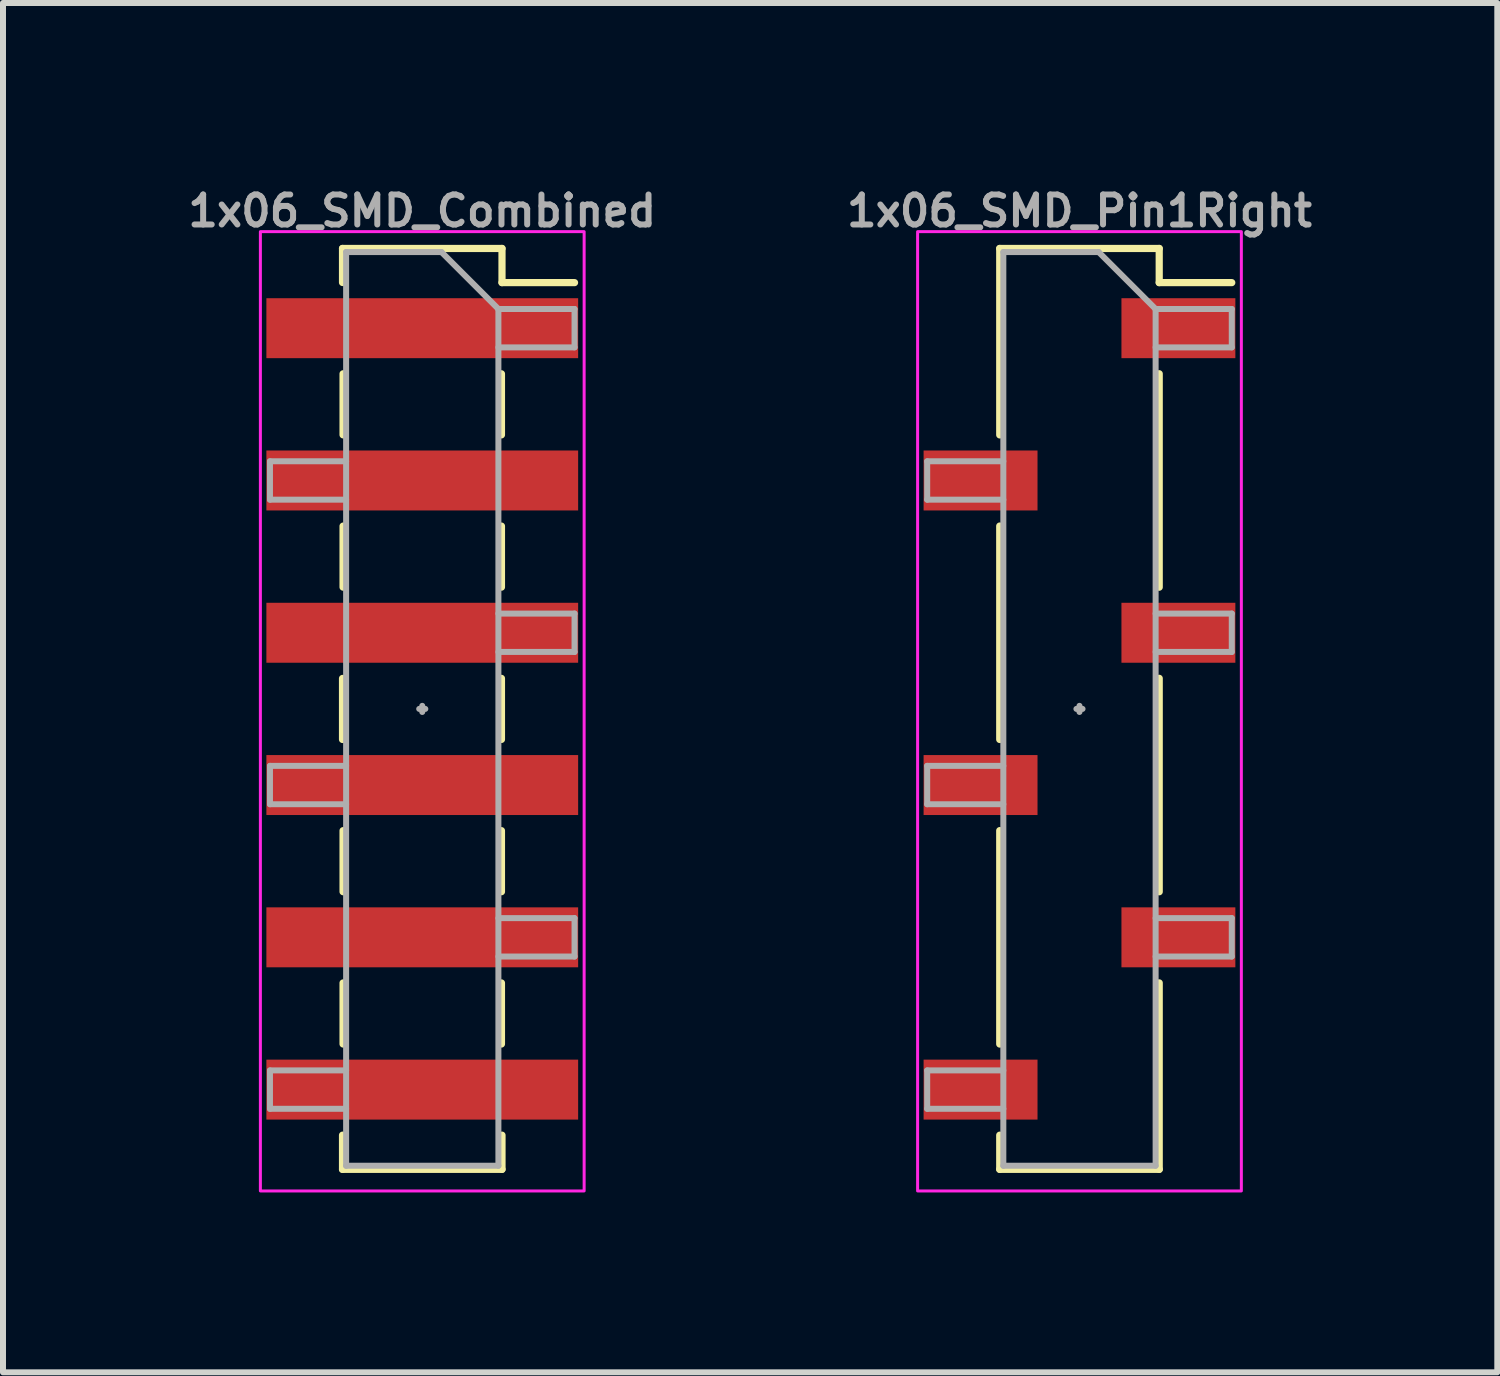
<source format=kicad_pcb>
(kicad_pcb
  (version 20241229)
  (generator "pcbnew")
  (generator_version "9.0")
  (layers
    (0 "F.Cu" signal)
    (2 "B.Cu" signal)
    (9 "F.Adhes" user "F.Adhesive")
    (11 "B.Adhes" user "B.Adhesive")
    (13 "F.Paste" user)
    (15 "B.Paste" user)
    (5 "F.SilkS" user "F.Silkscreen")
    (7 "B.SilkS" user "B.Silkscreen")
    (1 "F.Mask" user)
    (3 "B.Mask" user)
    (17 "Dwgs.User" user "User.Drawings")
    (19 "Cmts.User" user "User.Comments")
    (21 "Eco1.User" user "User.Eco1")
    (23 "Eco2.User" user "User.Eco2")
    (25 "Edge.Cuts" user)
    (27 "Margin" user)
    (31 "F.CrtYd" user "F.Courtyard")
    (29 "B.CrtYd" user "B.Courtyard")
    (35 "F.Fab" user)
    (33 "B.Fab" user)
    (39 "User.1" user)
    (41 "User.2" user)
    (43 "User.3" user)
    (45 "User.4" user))
  (footprint "1x06_SMD_Pin1Right"
    (layer "F.Cu")
    (at 14.955 8.774)
    (property "Reference" "1x06_SMD_Pin1Right" (at 0 -8.306 0) (layer "F.Fab") (effects (font (size 0.5 0.5) (thickness 0.1))))
    (attr smd)
    (fp_line (start -1.33 -7.68) (end -1.33 -4.57) (stroke (width 0.12) (type solid)) (layer "F.SilkS"))
    (fp_line (start -1.33 -7.68) (end 1.33 -7.68) (stroke (width 0.12) (type solid)) (layer "F.SilkS"))
    (fp_line (start -1.33 -3.05) (end -1.33 0.51) (stroke (width 0.12) (type solid)) (layer "F.SilkS"))
    (fp_line (start -1.33 2.03) (end -1.33 5.59) (stroke (width 0.12) (type solid)) (layer "F.SilkS"))
    (fp_line (start -1.33 7.11) (end -1.33 7.68) (stroke (width 0.12) (type solid)) (layer "F.SilkS"))
    (fp_line (start -1.33 7.68) (end 1.33 7.68) (stroke (width 0.12) (type solid)) (layer "F.SilkS"))
    (fp_line (start 1.33 -7.68) (end 1.33 -7.11) (stroke (width 0.12) (type solid)) (layer "F.SilkS"))
    (fp_line (start 1.33 -7.11) (end 2.54 -7.11) (stroke (width 0.12) (type solid)) (layer "F.SilkS"))
    (fp_line (start 1.33 -5.59) (end 1.33 -2.03) (stroke (width 0.12) (type solid)) (layer "F.SilkS"))
    (fp_line (start 1.33 -0.51) (end 1.33 3.05) (stroke (width 0.12) (type solid)) (layer "F.SilkS"))
    (fp_line (start 1.33 4.57) (end 1.33 7.68) (stroke (width 0.12) (type solid)) (layer "F.SilkS"))
    (fp_rect (start -2.7 -7.96) (end 2.7 8.04) (stroke (width 0.05) (type default)) (fill no) (layer "F.CrtYd"))
    (fp_line (start -2.54 -4.13) (end -2.54 -3.49) (stroke (width 0.1) (type solid)) (layer "F.Fab"))
    (fp_line (start -2.54 -3.49) (end -1.27 -3.49) (stroke (width 0.1) (type solid)) (layer "F.Fab"))
    (fp_line (start -2.54 0.95) (end -2.54 1.59) (stroke (width 0.1) (type solid)) (layer "F.Fab"))
    (fp_line (start -2.54 1.59) (end -1.27 1.59) (stroke (width 0.1) (type solid)) (layer "F.Fab"))
    (fp_line (start -2.54 6.03) (end -2.54 6.67) (stroke (width 0.1) (type solid)) (layer "F.Fab"))
    (fp_line (start -2.54 6.67) (end -1.27 6.67) (stroke (width 0.1) (type solid)) (layer "F.Fab"))
    (fp_line (start -1.27 -7.62) (end -1.27 7.62) (stroke (width 0.1) (type solid)) (layer "F.Fab"))
    (fp_line (start -1.27 -7.62) (end 0.32 -7.62) (stroke (width 0.1) (type solid)) (layer "F.Fab"))
    (fp_line (start -1.27 -4.13) (end -2.54 -4.13) (stroke (width 0.1) (type solid)) (layer "F.Fab"))
    (fp_line (start -1.27 0.95) (end -2.54 0.95) (stroke (width 0.1) (type solid)) (layer "F.Fab"))
    (fp_line (start -1.27 6.03) (end -2.54 6.03) (stroke (width 0.1) (type solid)) (layer "F.Fab"))
    (fp_line (start 0 -0.051) (end 0 0.051) (stroke (width 0.1) (type default)) (layer "F.Fab"))
    (fp_line (start 0.051 0) (end -0.051 0) (stroke (width 0.1) (type default)) (layer "F.Fab"))
    (fp_line (start 1.27 -6.67) (end 0.32 -7.62) (stroke (width 0.1) (type solid)) (layer "F.Fab"))
    (fp_line (start 1.27 -6.67) (end 2.54 -6.67) (stroke (width 0.1) (type solid)) (layer "F.Fab"))
    (fp_line (start 1.27 -1.59) (end 2.54 -1.59) (stroke (width 0.1) (type solid)) (layer "F.Fab"))
    (fp_line (start 1.27 3.49) (end 2.54 3.49) (stroke (width 0.1) (type solid)) (layer "F.Fab"))
    (fp_line (start 1.27 7.62) (end -1.27 7.62) (stroke (width 0.1) (type solid)) (layer "F.Fab"))
    (fp_line (start 1.27 7.62) (end 1.27 -6.67) (stroke (width 0.1) (type solid)) (layer "F.Fab"))
    (fp_line (start 2.54 -6.67) (end 2.54 -6.03) (stroke (width 0.1) (type solid)) (layer "F.Fab"))
    (fp_line (start 2.54 -6.03) (end 1.27 -6.03) (stroke (width 0.1) (type solid)) (layer "F.Fab"))
    (fp_line (start 2.54 -1.59) (end 2.54 -0.95) (stroke (width 0.1) (type solid)) (layer "F.Fab"))
    (fp_line (start 2.54 -0.95) (end 1.27 -0.95) (stroke (width 0.1) (type solid)) (layer "F.Fab"))
    (fp_line (start 2.54 3.49) (end 2.54 4.13) (stroke (width 0.1) (type solid)) (layer "F.Fab"))
    (fp_line (start 2.54 4.13) (end 1.27 4.13) (stroke (width 0.1) (type solid)) (layer "F.Fab"))
    (pad "1" smd rect (at 1.65 -6.35) (size 1.9 1) (layers "F.Cu" "F.Mask" "F.Paste"))
    (pad "2" smd rect (at -1.65 -3.81) (size 1.9 1) (layers "F.Cu" "F.Mask" "F.Paste"))
    (pad "3" smd rect (at 1.65 -1.27) (size 1.9 1) (layers "F.Cu" "F.Mask" "F.Paste"))
    (pad "4" smd rect (at -1.65 1.27) (size 1.9 1) (layers "F.Cu" "F.Mask" "F.Paste"))
    (pad "5" smd rect (at 1.65 3.81) (size 1.9 1) (layers "F.Cu" "F.Mask" "F.Paste"))
    (pad "6" smd rect (at -1.65 6.35) (size 1.9 1) (layers "F.Cu" "F.Mask" "F.Paste")))
  (footprint "1x06_SMD_Combined"
    (layer "F.Cu")
    (at 3.993 8.774)
    (property "Reference" "1x06_SMD_Combined" (at 0 -8.306 0) (layer "F.Fab") (effects (font (size 0.5 0.5) (thickness 0.1))))
    (attr smd)
    (fp_rect (start -2.6 -6.85) (end -0.6 -5.85) (stroke (width 0) (type solid)) (fill yes) (layer "F.Mask"))
    (fp_rect (start -2.6 -4.31) (end -0.6 -3.31) (stroke (width 0) (type solid)) (fill yes) (layer "F.Mask"))
    (fp_rect (start -2.6 -1.77) (end -0.6 -0.77) (stroke (width 0) (type solid)) (fill yes) (layer "F.Mask"))
    (fp_rect (start -2.6 0.77) (end -0.6 1.77) (stroke (width 0) (type solid)) (fill yes) (layer "F.Mask"))
    (fp_rect (start -2.6 3.31) (end -0.6 4.31) (stroke (width 0) (type solid)) (fill yes) (layer "F.Mask"))
    (fp_rect (start -2.6 5.85) (end -0.6 6.85) (stroke (width 0) (type solid)) (fill yes) (layer "F.Mask"))
    (fp_rect (start 0.6 -6.85) (end 2.6 -5.85) (stroke (width 0) (type solid)) (fill yes) (layer "F.Mask"))
    (fp_rect (start 0.6 -4.31) (end 2.6 -3.31) (stroke (width 0) (type solid)) (fill yes) (layer "F.Mask"))
    (fp_rect (start 0.6 -1.77) (end 2.6 -0.77) (stroke (width 0) (type solid)) (fill yes) (layer "F.Mask"))
    (fp_rect (start 0.6 0.77) (end 2.6 1.77) (stroke (width 0) (type solid)) (fill yes) (layer "F.Mask"))
    (fp_rect (start 0.6 3.31) (end 2.6 4.31) (stroke (width 0) (type solid)) (fill yes) (layer "F.Mask"))
    (fp_rect (start 0.6 5.85) (end 2.6 6.85) (stroke (width 0) (type solid)) (fill yes) (layer "F.Mask"))
    (fp_line (start -1.33 -7.68) (end -1.33 -7.112) (stroke (width 0.12) (type solid)) (layer "F.SilkS"))
    (fp_line (start -1.33 -7.68) (end 1.33 -7.68) (stroke (width 0.12) (type solid)) (layer "F.SilkS"))
    (fp_line (start -1.33 -0.508) (end -1.33 0.51) (stroke (width 0.12) (type solid)) (layer "F.SilkS"))
    (fp_line (start -1.33 7.11) (end -1.33 7.68) (stroke (width 0.12) (type solid)) (layer "F.SilkS"))
    (fp_line (start -1.33 7.68) (end 1.33 7.68) (stroke (width 0.12) (type solid)) (layer "F.SilkS"))
    (fp_line (start -1.321 -5.589) (end -1.321 -4.571) (stroke (width 0.12) (type solid)) (layer "F.SilkS"))
    (fp_line (start -1.321 -3.049) (end -1.321 -2.031) (stroke (width 0.12) (type solid)) (layer "F.SilkS"))
    (fp_line (start -1.321 2.031) (end -1.321 3.049) (stroke (width 0.12) (type solid)) (layer "F.SilkS"))
    (fp_line (start -1.321 4.571) (end -1.321 5.589) (stroke (width 0.12) (type solid)) (layer "F.SilkS"))
    (fp_line (start 1.321 -5.589) (end 1.321 -4.571) (stroke (width 0.12) (type solid)) (layer "F.SilkS"))
    (fp_line (start 1.321 -3.049) (end 1.321 -2.031) (stroke (width 0.12) (type solid)) (layer "F.SilkS"))
    (fp_line (start 1.321 -0.509) (end 1.321 0.509) (stroke (width 0.12) (type solid)) (layer "F.SilkS"))
    (fp_line (start 1.321 2.031) (end 1.321 3.049) (stroke (width 0.12) (type solid)) (layer "F.SilkS"))
    (fp_line (start 1.321 4.571) (end 1.321 5.589) (stroke (width 0.12) (type solid)) (layer "F.SilkS"))
    (fp_line (start 1.33 -7.68) (end 1.33 -7.11) (stroke (width 0.12) (type solid)) (layer "F.SilkS"))
    (fp_line (start 1.33 -7.11) (end 2.54 -7.11) (stroke (width 0.12) (type solid)) (layer "F.SilkS"))
    (fp_line (start 1.33 7.11) (end 1.33 7.68) (stroke (width 0.12) (type solid)) (layer "F.SilkS"))
    (fp_rect (start -2.6 -6.85) (end -0.6 -5.85) (stroke (width 0) (type solid)) (fill yes) (layer "F.Paste"))
    (fp_rect (start -2.6 -4.31) (end -0.6 -3.31) (stroke (width 0) (type solid)) (fill yes) (layer "F.Paste"))
    (fp_rect (start -2.6 -1.77) (end -0.6 -0.77) (stroke (width 0) (type solid)) (fill yes) (layer "F.Paste"))
    (fp_rect (start -2.6 0.77) (end -0.6 1.77) (stroke (width 0) (type solid)) (fill yes) (layer "F.Paste"))
    (fp_rect (start -2.6 3.31) (end -0.6 4.31) (stroke (width 0) (type solid)) (fill yes) (layer "F.Paste"))
    (fp_rect (start -2.6 5.85) (end -0.6 6.85) (stroke (width 0) (type solid)) (fill yes) (layer "F.Paste"))
    (fp_rect (start 0.6 -6.85) (end 2.6 -5.85) (stroke (width 0) (type solid)) (fill yes) (layer "F.Paste"))
    (fp_rect (start 0.6 -4.31) (end 2.6 -3.31) (stroke (width 0) (type solid)) (fill yes) (layer "F.Paste"))
    (fp_rect (start 0.6 -1.77) (end 2.6 -0.77) (stroke (width 0) (type solid)) (fill yes) (layer "F.Paste"))
    (fp_rect (start 0.6 0.77) (end 2.6 1.77) (stroke (width 0) (type solid)) (fill yes) (layer "F.Paste"))
    (fp_rect (start 0.6 3.31) (end 2.6 4.31) (stroke (width 0) (type solid)) (fill yes) (layer "F.Paste"))
    (fp_rect (start 0.6 5.85) (end 2.6 6.85) (stroke (width 0) (type solid)) (fill yes) (layer "F.Paste"))
    (fp_rect (start -2.7 -7.96) (end 2.7 8.04) (stroke (width 0.05) (type default)) (fill no) (layer "F.CrtYd"))
    (fp_line (start -2.54 -4.13) (end -2.54 -3.49) (stroke (width 0.1) (type solid)) (layer "F.Fab"))
    (fp_line (start -2.54 -3.49) (end -1.27 -3.49) (stroke (width 0.1) (type solid)) (layer "F.Fab"))
    (fp_line (start -2.54 0.95) (end -2.54 1.59) (stroke (width 0.1) (type solid)) (layer "F.Fab"))
    (fp_line (start -2.54 1.59) (end -1.27 1.59) (stroke (width 0.1) (type solid)) (layer "F.Fab"))
    (fp_line (start -2.54 6.03) (end -2.54 6.67) (stroke (width 0.1) (type solid)) (layer "F.Fab"))
    (fp_line (start -2.54 6.67) (end -1.27 6.67) (stroke (width 0.1) (type solid)) (layer "F.Fab"))
    (fp_line (start -1.27 -7.62) (end -1.27 7.62) (stroke (width 0.1) (type solid)) (layer "F.Fab"))
    (fp_line (start -1.27 -7.62) (end 0.32 -7.62) (stroke (width 0.1) (type solid)) (layer "F.Fab"))
    (fp_line (start -1.27 -4.13) (end -2.54 -4.13) (stroke (width 0.1) (type solid)) (layer "F.Fab"))
    (fp_line (start -1.27 0.95) (end -2.54 0.95) (stroke (width 0.1) (type solid)) (layer "F.Fab"))
    (fp_line (start -1.27 6.03) (end -2.54 6.03) (stroke (width 0.1) (type solid)) (layer "F.Fab"))
    (fp_line (start 0 -0.051) (end 0 0.051) (stroke (width 0.1) (type default)) (layer "F.Fab"))
    (fp_line (start 0.051 0) (end -0.051 0) (stroke (width 0.1) (type default)) (layer "F.Fab"))
    (fp_line (start 1.27 -6.67) (end 0.32 -7.62) (stroke (width 0.1) (type solid)) (layer "F.Fab"))
    (fp_line (start 1.27 -6.67) (end 2.54 -6.67) (stroke (width 0.1) (type solid)) (layer "F.Fab"))
    (fp_line (start 1.27 -1.59) (end 2.54 -1.59) (stroke (width 0.1) (type solid)) (layer "F.Fab"))
    (fp_line (start 1.27 3.49) (end 2.54 3.49) (stroke (width 0.1) (type solid)) (layer "F.Fab"))
    (fp_line (start 1.27 7.62) (end -1.27 7.62) (stroke (width 0.1) (type solid)) (layer "F.Fab"))
    (fp_line (start 1.27 7.62) (end 1.27 -6.67) (stroke (width 0.1) (type solid)) (layer "F.Fab"))
    (fp_line (start 2.54 -6.67) (end 2.54 -6.03) (stroke (width 0.1) (type solid)) (layer "F.Fab"))
    (fp_line (start 2.54 -6.03) (end 1.27 -6.03) (stroke (width 0.1) (type solid)) (layer "F.Fab"))
    (fp_line (start 2.54 -1.59) (end 2.54 -0.95) (stroke (width 0.1) (type solid)) (layer "F.Fab"))
    (fp_line (start 2.54 -0.95) (end 1.27 -0.95) (stroke (width 0.1) (type solid)) (layer "F.Fab"))
    (fp_line (start 2.54 3.49) (end 2.54 4.13) (stroke (width 0.1) (type solid)) (layer "F.Fab"))
    (fp_line (start 2.54 4.13) (end 1.27 4.13) (stroke (width 0.1) (type solid)) (layer "F.Fab"))
    (pad "1" smd rect (at 0 -6.35) (size 5.2 1) (layers "F.Cu"))
    (pad "2" smd rect (at 0 -3.81) (size 5.2 1) (layers "F.Cu"))
    (pad "3" smd rect (at 0 -1.27) (size 5.2 1) (layers "F.Cu"))
    (pad "4" smd rect (at 0 1.27) (size 5.2 1) (layers "F.Cu"))
    (pad "5" smd rect (at 0 3.81) (size 5.2 1) (layers "F.Cu"))
    (pad "6" smd rect (at 0 6.35) (size 5.2 1) (layers "F.Cu")))
  (gr_rect
    (start -3 -3)
    (end 21.924 19.839)
    (stroke (width 0.1) (type default))
    (fill no)
    (layer "Edge.Cuts")))
</source>
